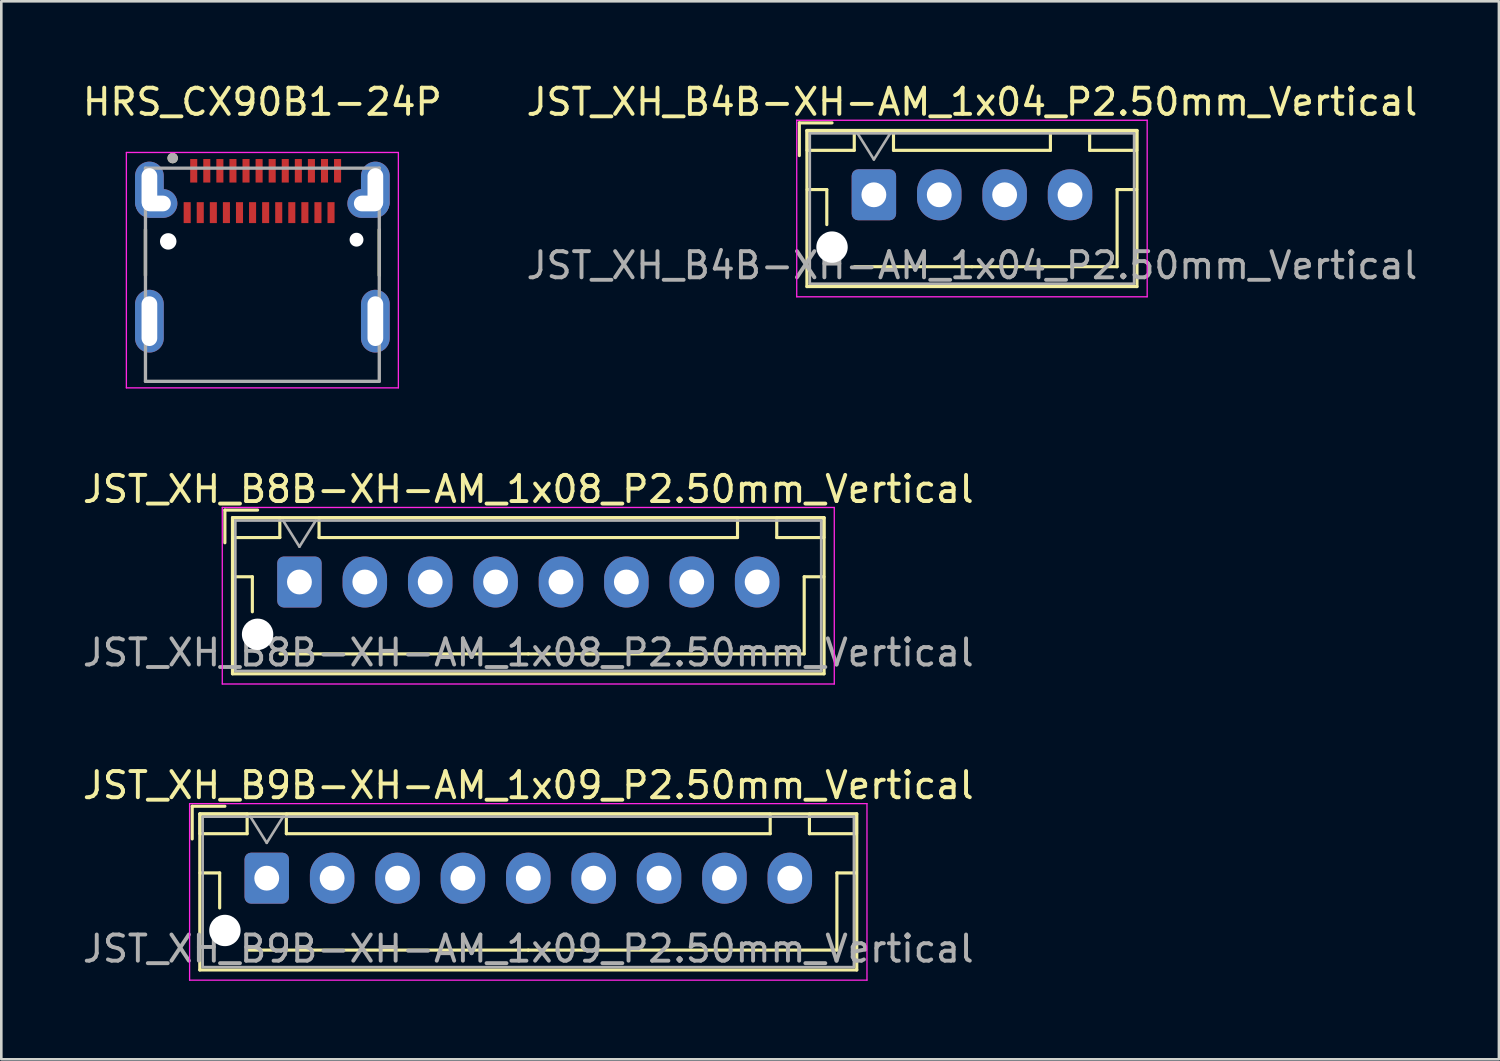
<source format=kicad_pcb>
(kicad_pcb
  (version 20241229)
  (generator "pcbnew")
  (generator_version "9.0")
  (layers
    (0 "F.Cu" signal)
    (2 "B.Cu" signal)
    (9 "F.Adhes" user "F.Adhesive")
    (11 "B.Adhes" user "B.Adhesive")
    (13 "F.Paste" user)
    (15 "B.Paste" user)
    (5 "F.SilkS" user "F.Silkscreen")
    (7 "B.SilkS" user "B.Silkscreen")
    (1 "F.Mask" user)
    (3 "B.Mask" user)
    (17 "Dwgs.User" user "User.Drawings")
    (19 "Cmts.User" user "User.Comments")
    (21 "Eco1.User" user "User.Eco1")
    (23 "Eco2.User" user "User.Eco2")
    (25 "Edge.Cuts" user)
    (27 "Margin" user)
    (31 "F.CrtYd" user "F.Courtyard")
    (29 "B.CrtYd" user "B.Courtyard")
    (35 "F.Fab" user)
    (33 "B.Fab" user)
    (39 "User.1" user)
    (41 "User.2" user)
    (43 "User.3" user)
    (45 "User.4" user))
  (footprint "HRS_CX90B1-24P"
    (layer "F.Cu")
    (at 6.982 9.23)
    (property "Reference" "HRS_CX90B1-24P" (at 0 -8.382 0) (layer "F.SilkS") (effects (font (size 1 1) (thickness 0.15))))
    (attr smd)
    (fp_line (start -4.47 -3.5) (end -4.47 -1.75) (stroke (width 0.127) (type solid)) (layer "F.SilkS"))
    (fp_line (start 4.47 -1.75) (end 4.47 -3.5) (stroke (width 0.127) (type solid)) (layer "F.SilkS"))
    (fp_circle (center -3.43 -6.235) (end -3.33 -6.235) (stroke (width 0.2) (type solid)) (fill no) (layer "F.SilkS"))
    (fp_line (start -5.2 -6.45) (end 5.2 -6.45) (stroke (width 0.05) (type solid)) (layer "F.CrtYd"))
    (fp_line (start -5.2 2.55) (end -5.2 -6.45) (stroke (width 0.05) (type solid)) (layer "F.CrtYd"))
    (fp_line (start 5.2 -6.45) (end 5.2 2.55) (stroke (width 0.05) (type solid)) (layer "F.CrtYd"))
    (fp_line (start 5.2 2.55) (end -5.2 2.55) (stroke (width 0.05) (type solid)) (layer "F.CrtYd"))
    (fp_line (start -4.47 -5.85) (end 4.47 -5.85) (stroke (width 0.127) (type solid)) (layer "F.Fab"))
    (fp_line (start -4.47 2.3) (end -4.47 -5.85) (stroke (width 0.127) (type solid)) (layer "F.Fab"))
    (fp_line (start 4.47 -5.85) (end 4.47 2.3) (stroke (width 0.127) (type solid)) (layer "F.Fab"))
    (fp_line (start 4.47 2.3) (end -4.47 2.3) (stroke (width 0.127) (type solid)) (layer "F.Fab"))
    (fp_circle (center -3.43 -6.235) (end -3.33 -6.235) (stroke (width 0.2) (type solid)) (fill no) (layer "F.Fab"))
    (pad "" np_thru_hole circle (at -3.6 -3.05) (size 0.63 0.63) (drill 0.63) (layers "*.Cu" "*.Mask"))
    (pad "" np_thru_hole circle (at 3.6 -3.115) (size 0.53 0.53) (drill 0.53) (layers "*.Cu" "*.Mask"))
    (pad "A1" smd rect (at -2.625 -5.75 90) (size 0.9 0.27) (layers "F.Cu" "F.Mask" "F.Paste"))
    (pad "A2" smd rect (at -2.125 -5.75 90) (size 0.9 0.27) (layers "F.Cu" "F.Mask" "F.Paste"))
    (pad "A3" smd rect (at -1.625 -5.75 90) (size 0.9 0.27) (layers "F.Cu" "F.Mask" "F.Paste"))
    (pad "A4" smd rect (at -1.125 -5.75 90) (size 0.9 0.27) (layers "F.Cu" "F.Mask" "F.Paste"))
    (pad "A5" smd rect (at -0.625 -5.75 90) (size 0.9 0.27) (layers "F.Cu" "F.Mask" "F.Paste"))
    (pad "A6" smd rect (at -0.125 -5.75 90) (size 0.9 0.27) (layers "F.Cu" "F.Mask" "F.Paste"))
    (pad "A7" smd rect (at 0.375 -5.75 90) (size 0.9 0.27) (layers "F.Cu" "F.Mask" "F.Paste"))
    (pad "A8" smd rect (at 0.875 -5.75 90) (size 0.9 0.27) (layers "F.Cu" "F.Mask" "F.Paste"))
    (pad "A9" smd rect (at 1.375 -5.75 90) (size 0.9 0.27) (layers "F.Cu" "F.Mask" "F.Paste"))
    (pad "A10" smd rect (at 1.875 -5.75 90) (size 0.9 0.27) (layers "F.Cu" "F.Mask" "F.Paste"))
    (pad "A11" smd rect (at 2.375 -5.75 90) (size 0.9 0.27) (layers "F.Cu" "F.Mask" "F.Paste"))
    (pad "A12" smd rect (at 2.875 -5.75 90) (size 0.9 0.27) (layers "F.Cu" "F.Mask" "F.Paste"))
    (pad "B1" smd rect (at 2.625 -4.15 90) (size 0.8 0.27) (layers "F.Cu" "F.Mask" "F.Paste"))
    (pad "B2" smd rect (at 2.125 -4.15 90) (size 0.8 0.27) (layers "F.Cu" "F.Mask" "F.Paste"))
    (pad "B3" smd rect (at 1.625 -4.15 90) (size 0.8 0.27) (layers "F.Cu" "F.Mask" "F.Paste"))
    (pad "B4" smd rect (at 1.125 -4.15 90) (size 0.8 0.27) (layers "F.Cu" "F.Mask" "F.Paste"))
    (pad "B5" smd rect (at 0.625 -4.15 90) (size 0.8 0.27) (layers "F.Cu" "F.Mask" "F.Paste"))
    (pad "B6" smd rect (at 0.125 -4.15 90) (size 0.8 0.27) (layers "F.Cu" "F.Mask" "F.Paste"))
    (pad "B7" smd rect (at -0.375 -4.15 90) (size 0.8 0.27) (layers "F.Cu" "F.Mask" "F.Paste"))
    (pad "B8" smd rect (at -0.875 -4.15 90) (size 0.8 0.27) (layers "F.Cu" "F.Mask" "F.Paste"))
    (pad "B9" smd rect (at -1.375 -4.15 90) (size 0.8 0.27) (layers "F.Cu" "F.Mask" "F.Paste"))
    (pad "B10" smd rect (at -1.875 -4.15 90) (size 0.8 0.27) (layers "F.Cu" "F.Mask" "F.Paste"))
    (pad "B11" smd rect (at -2.375 -4.15 90) (size 0.8 0.27) (layers "F.Cu" "F.Mask" "F.Paste"))
    (pad "B12" smd rect (at -2.875 -4.15 90) (size 0.8 0.27) (layers "F.Cu" "F.Mask" "F.Paste"))
    (pad "S1" thru_hole oval (at -4.32 -5.05) (size 1.1 2.1) (drill oval 0.6 1.6) (layers "*.Cu" "*.Mask"))
    (pad "S1" thru_hole oval (at -4.32 0) (size 1.1 2.4) (drill oval 0.6 1.9) (layers "*.Cu" "*.Mask"))
    (pad "S1" thru_hole oval (at -4.05 -4.5 90) (size 1.1 1.6) (drill oval 0.6 1.1) (layers "*.Cu" "*.Mask"))
    (pad "S1" thru_hole oval (at 4.05 -4.5 90) (size 1.1 1.6) (drill oval 0.6 1.1) (layers "*.Cu" "*.Mask"))
    (pad "S1" thru_hole oval (at 4.32 -5.05) (size 1.1 2.1) (drill oval 0.6 1.6) (layers "*.Cu" "*.Mask"))
    (pad "S1" thru_hole oval (at 4.32 0) (size 1.1 2.4) (drill oval 0.6 1.9) (layers "*.Cu" "*.Mask")))
  (footprint "JST_XH_B8B-XH-AM_1x08_P2.50mm_Vertical"
    (layer "F.Cu")
    (at 8.399 19.203)
    (property "Reference" "JST_XH_B8B-XH-AM_1x08_P2.50mm_Vertical" (at 8.75 -3.55 0) (layer "F.SilkS") (effects (font (size 1 1) (thickness 0.15))))
    (attr through_hole)
    (fp_line (start -2.85 -2.75) (end -2.85 -1.5) (stroke (width 0.12) (type solid)) (layer "F.SilkS"))
    (fp_line (start -2.56 -2.46) (end -2.56 3.51) (stroke (width 0.12) (type solid)) (layer "F.SilkS"))
    (fp_line (start -2.56 3.51) (end 20.06 3.51) (stroke (width 0.12) (type solid)) (layer "F.SilkS"))
    (fp_line (start -2.55 -2.45) (end -2.55 -1.7) (stroke (width 0.12) (type solid)) (layer "F.SilkS"))
    (fp_line (start -2.55 -1.7) (end -0.75 -1.7) (stroke (width 0.12) (type solid)) (layer "F.SilkS"))
    (fp_line (start -2.55 -0.2) (end -1.8 -0.2) (stroke (width 0.12) (type solid)) (layer "F.SilkS"))
    (fp_line (start -1.8 -0.2) (end -1.8 1.14) (stroke (width 0.12) (type solid)) (layer "F.SilkS"))
    (fp_line (start -1.6 -2.75) (end -2.85 -2.75) (stroke (width 0.12) (type solid)) (layer "F.SilkS"))
    (fp_line (start -0.75 -2.45) (end -2.55 -2.45) (stroke (width 0.12) (type solid)) (layer "F.SilkS"))
    (fp_line (start -0.75 -1.7) (end -0.75 -2.45) (stroke (width 0.12) (type solid)) (layer "F.SilkS"))
    (fp_line (start 0.75 -2.45) (end 0.75 -1.7) (stroke (width 0.12) (type solid)) (layer "F.SilkS"))
    (fp_line (start 0.75 -1.7) (end 16.75 -1.7) (stroke (width 0.12) (type solid)) (layer "F.SilkS"))
    (fp_line (start 8.75 2.75) (end -0.74 2.75) (stroke (width 0.12) (type solid)) (layer "F.SilkS"))
    (fp_line (start 16.75 -2.45) (end 0.75 -2.45) (stroke (width 0.12) (type solid)) (layer "F.SilkS"))
    (fp_line (start 16.75 -1.7) (end 16.75 -2.45) (stroke (width 0.12) (type solid)) (layer "F.SilkS"))
    (fp_line (start 18.25 -2.45) (end 18.25 -1.7) (stroke (width 0.12) (type solid)) (layer "F.SilkS"))
    (fp_line (start 18.25 -1.7) (end 20.05 -1.7) (stroke (width 0.12) (type solid)) (layer "F.SilkS"))
    (fp_line (start 19.3 -0.2) (end 19.3 2.75) (stroke (width 0.12) (type solid)) (layer "F.SilkS"))
    (fp_line (start 19.3 2.75) (end 8.75 2.75) (stroke (width 0.12) (type solid)) (layer "F.SilkS"))
    (fp_line (start 20.05 -2.45) (end 18.25 -2.45) (stroke (width 0.12) (type solid)) (layer "F.SilkS"))
    (fp_line (start 20.05 -1.7) (end 20.05 -2.45) (stroke (width 0.12) (type solid)) (layer "F.SilkS"))
    (fp_line (start 20.05 -0.2) (end 19.3 -0.2) (stroke (width 0.12) (type solid)) (layer "F.SilkS"))
    (fp_line (start 20.06 -2.46) (end -2.56 -2.46) (stroke (width 0.12) (type solid)) (layer "F.SilkS"))
    (fp_line (start 20.06 3.51) (end 20.06 -2.46) (stroke (width 0.12) (type solid)) (layer "F.SilkS"))
    (fp_line (start -2.95 -2.85) (end -2.95 3.9) (stroke (width 0.05) (type solid)) (layer "F.CrtYd"))
    (fp_line (start -2.95 3.9) (end 20.45 3.9) (stroke (width 0.05) (type solid)) (layer "F.CrtYd"))
    (fp_line (start 20.45 -2.85) (end -2.95 -2.85) (stroke (width 0.05) (type solid)) (layer "F.CrtYd"))
    (fp_line (start 20.45 3.9) (end 20.45 -2.85) (stroke (width 0.05) (type solid)) (layer "F.CrtYd"))
    (fp_line (start -2.45 -2.35) (end -2.45 3.4) (stroke (width 0.1) (type solid)) (layer "F.Fab"))
    (fp_line (start -2.45 3.4) (end 19.95 3.4) (stroke (width 0.1) (type solid)) (layer "F.Fab"))
    (fp_line (start -0.625 -2.35) (end 0 -1.35) (stroke (width 0.1) (type solid)) (layer "F.Fab"))
    (fp_line (start 0 -1.35) (end 0.625 -2.35) (stroke (width 0.1) (type solid)) (layer "F.Fab"))
    (fp_line (start 19.95 -2.35) (end -2.45 -2.35) (stroke (width 0.1) (type solid)) (layer "F.Fab"))
    (fp_line (start 19.95 3.4) (end 19.95 -2.35) (stroke (width 0.1) (type solid)) (layer "F.Fab"))
    (fp_text user "${REFERENCE}" (at 8.75 2.7 0) (layer "F.Fab") (effects (font (size 1 1) (thickness 0.15))))
    (pad "" np_thru_hole circle (at -1.6 2) (size 1.2 1.2) (drill 1.2) (layers "*.Cu" "*.Mask"))
    (pad "1" thru_hole roundrect (at 0 0) (size 1.7 1.95) (drill 0.95) (layers "*.Cu" "*.Mask") (roundrect_rratio 0.147))
    (pad "2" thru_hole oval (at 2.5 0) (size 1.7 1.95) (drill 0.95) (layers "*.Cu" "*.Mask"))
    (pad "3" thru_hole oval (at 5 0) (size 1.7 1.95) (drill 0.95) (layers "*.Cu" "*.Mask"))
    (pad "4" thru_hole oval (at 7.5 0) (size 1.7 1.95) (drill 0.95) (layers "*.Cu" "*.Mask"))
    (pad "5" thru_hole oval (at 10 0) (size 1.7 1.95) (drill 0.95) (layers "*.Cu" "*.Mask"))
    (pad "6" thru_hole oval (at 12.5 0) (size 1.7 1.95) (drill 0.95) (layers "*.Cu" "*.Mask"))
    (pad "7" thru_hole oval (at 15 0) (size 1.7 1.95) (drill 0.95) (layers "*.Cu" "*.Mask"))
    (pad "8" thru_hole oval (at 17.5 0) (size 1.7 1.95) (drill 0.95) (layers "*.Cu" "*.Mask")))
  (footprint "JST_XH_B4B-XH-AM_1x04_P2.50mm_Vertical"
    (layer "F.Cu")
    (at 30.363 4.398)
    (property "Reference" "JST_XH_B4B-XH-AM_1x04_P2.50mm_Vertical" (at 3.75 -3.55 0) (layer "F.SilkS") (effects (font (size 1 1) (thickness 0.15))))
    (attr through_hole)
    (fp_line (start -2.85 -2.75) (end -2.85 -1.5) (stroke (width 0.12) (type solid)) (layer "F.SilkS"))
    (fp_line (start -2.56 -2.46) (end -2.56 3.51) (stroke (width 0.12) (type solid)) (layer "F.SilkS"))
    (fp_line (start -2.56 3.51) (end 10.06 3.51) (stroke (width 0.12) (type solid)) (layer "F.SilkS"))
    (fp_line (start -2.55 -2.45) (end -2.55 -1.7) (stroke (width 0.12) (type solid)) (layer "F.SilkS"))
    (fp_line (start -2.55 -1.7) (end -0.75 -1.7) (stroke (width 0.12) (type solid)) (layer "F.SilkS"))
    (fp_line (start -2.55 -0.2) (end -1.8 -0.2) (stroke (width 0.12) (type solid)) (layer "F.SilkS"))
    (fp_line (start -1.8 -0.2) (end -1.8 1.14) (stroke (width 0.12) (type solid)) (layer "F.SilkS"))
    (fp_line (start -1.6 -2.75) (end -2.85 -2.75) (stroke (width 0.12) (type solid)) (layer "F.SilkS"))
    (fp_line (start -0.75 -2.45) (end -2.55 -2.45) (stroke (width 0.12) (type solid)) (layer "F.SilkS"))
    (fp_line (start -0.75 -1.7) (end -0.75 -2.45) (stroke (width 0.12) (type solid)) (layer "F.SilkS"))
    (fp_line (start 0.75 -2.45) (end 0.75 -1.7) (stroke (width 0.12) (type solid)) (layer "F.SilkS"))
    (fp_line (start 0.75 -1.7) (end 6.75 -1.7) (stroke (width 0.12) (type solid)) (layer "F.SilkS"))
    (fp_line (start 3.75 2.75) (end -0.74 2.75) (stroke (width 0.12) (type solid)) (layer "F.SilkS"))
    (fp_line (start 6.75 -2.45) (end 0.75 -2.45) (stroke (width 0.12) (type solid)) (layer "F.SilkS"))
    (fp_line (start 6.75 -1.7) (end 6.75 -2.45) (stroke (width 0.12) (type solid)) (layer "F.SilkS"))
    (fp_line (start 8.25 -2.45) (end 8.25 -1.7) (stroke (width 0.12) (type solid)) (layer "F.SilkS"))
    (fp_line (start 8.25 -1.7) (end 10.05 -1.7) (stroke (width 0.12) (type solid)) (layer "F.SilkS"))
    (fp_line (start 9.3 -0.2) (end 9.3 2.75) (stroke (width 0.12) (type solid)) (layer "F.SilkS"))
    (fp_line (start 9.3 2.75) (end 3.75 2.75) (stroke (width 0.12) (type solid)) (layer "F.SilkS"))
    (fp_line (start 10.05 -2.45) (end 8.25 -2.45) (stroke (width 0.12) (type solid)) (layer "F.SilkS"))
    (fp_line (start 10.05 -1.7) (end 10.05 -2.45) (stroke (width 0.12) (type solid)) (layer "F.SilkS"))
    (fp_line (start 10.05 -0.2) (end 9.3 -0.2) (stroke (width 0.12) (type solid)) (layer "F.SilkS"))
    (fp_line (start 10.06 -2.46) (end -2.56 -2.46) (stroke (width 0.12) (type solid)) (layer "F.SilkS"))
    (fp_line (start 10.06 3.51) (end 10.06 -2.46) (stroke (width 0.12) (type solid)) (layer "F.SilkS"))
    (fp_line (start -2.95 -2.85) (end -2.95 3.9) (stroke (width 0.05) (type solid)) (layer "F.CrtYd"))
    (fp_line (start -2.95 3.9) (end 10.45 3.9) (stroke (width 0.05) (type solid)) (layer "F.CrtYd"))
    (fp_line (start 10.45 -2.85) (end -2.95 -2.85) (stroke (width 0.05) (type solid)) (layer "F.CrtYd"))
    (fp_line (start 10.45 3.9) (end 10.45 -2.85) (stroke (width 0.05) (type solid)) (layer "F.CrtYd"))
    (fp_line (start -2.45 -2.35) (end -2.45 3.4) (stroke (width 0.1) (type solid)) (layer "F.Fab"))
    (fp_line (start -2.45 3.4) (end 9.95 3.4) (stroke (width 0.1) (type solid)) (layer "F.Fab"))
    (fp_line (start -0.625 -2.35) (end 0 -1.35) (stroke (width 0.1) (type solid)) (layer "F.Fab"))
    (fp_line (start 0 -1.35) (end 0.625 -2.35) (stroke (width 0.1) (type solid)) (layer "F.Fab"))
    (fp_line (start 9.95 -2.35) (end -2.45 -2.35) (stroke (width 0.1) (type solid)) (layer "F.Fab"))
    (fp_line (start 9.95 3.4) (end 9.95 -2.35) (stroke (width 0.1) (type solid)) (layer "F.Fab"))
    (fp_text user "${REFERENCE}" (at 3.75 2.7 0) (layer "F.Fab") (effects (font (size 1 1) (thickness 0.15))))
    (pad "" np_thru_hole circle (at -1.6 2) (size 1.2 1.2) (drill 1.2) (layers "*.Cu" "*.Mask"))
    (pad "1" thru_hole roundrect (at 0 0) (size 1.7 1.95) (drill 0.95) (layers "*.Cu" "*.Mask") (roundrect_rratio 0.147))
    (pad "2" thru_hole oval (at 2.5 0) (size 1.7 1.95) (drill 0.95) (layers "*.Cu" "*.Mask"))
    (pad "3" thru_hole oval (at 5 0) (size 1.7 1.95) (drill 0.95) (layers "*.Cu" "*.Mask"))
    (pad "4" thru_hole oval (at 7.5 0) (size 1.7 1.95) (drill 0.95) (layers "*.Cu" "*.Mask")))
  (footprint "JST_XH_B9B-XH-AM_1x09_P2.50mm_Vertical"
    (layer "F.Cu")
    (at 7.149 30.527)
    (property "Reference" "JST_XH_B9B-XH-AM_1x09_P2.50mm_Vertical" (at 10 -3.55 0) (layer "F.SilkS") (effects (font (size 1 1) (thickness 0.15))))
    (attr through_hole)
    (fp_line (start -2.85 -2.75) (end -2.85 -1.5) (stroke (width 0.12) (type solid)) (layer "F.SilkS"))
    (fp_line (start -2.56 -2.46) (end -2.56 3.51) (stroke (width 0.12) (type solid)) (layer "F.SilkS"))
    (fp_line (start -2.56 3.51) (end 22.56 3.51) (stroke (width 0.12) (type solid)) (layer "F.SilkS"))
    (fp_line (start -2.55 -2.45) (end -2.55 -1.7) (stroke (width 0.12) (type solid)) (layer "F.SilkS"))
    (fp_line (start -2.55 -1.7) (end -0.75 -1.7) (stroke (width 0.12) (type solid)) (layer "F.SilkS"))
    (fp_line (start -2.55 -0.2) (end -1.8 -0.2) (stroke (width 0.12) (type solid)) (layer "F.SilkS"))
    (fp_line (start -1.8 -0.2) (end -1.8 1.14) (stroke (width 0.12) (type solid)) (layer "F.SilkS"))
    (fp_line (start -1.6 -2.75) (end -2.85 -2.75) (stroke (width 0.12) (type solid)) (layer "F.SilkS"))
    (fp_line (start -0.75 -2.45) (end -2.55 -2.45) (stroke (width 0.12) (type solid)) (layer "F.SilkS"))
    (fp_line (start -0.75 -1.7) (end -0.75 -2.45) (stroke (width 0.12) (type solid)) (layer "F.SilkS"))
    (fp_line (start 0.75 -2.45) (end 0.75 -1.7) (stroke (width 0.12) (type solid)) (layer "F.SilkS"))
    (fp_line (start 0.75 -1.7) (end 19.25 -1.7) (stroke (width 0.12) (type solid)) (layer "F.SilkS"))
    (fp_line (start 10 2.75) (end -0.74 2.75) (stroke (width 0.12) (type solid)) (layer "F.SilkS"))
    (fp_line (start 19.25 -2.45) (end 0.75 -2.45) (stroke (width 0.12) (type solid)) (layer "F.SilkS"))
    (fp_line (start 19.25 -1.7) (end 19.25 -2.45) (stroke (width 0.12) (type solid)) (layer "F.SilkS"))
    (fp_line (start 20.75 -2.45) (end 20.75 -1.7) (stroke (width 0.12) (type solid)) (layer "F.SilkS"))
    (fp_line (start 20.75 -1.7) (end 22.55 -1.7) (stroke (width 0.12) (type solid)) (layer "F.SilkS"))
    (fp_line (start 21.8 -0.2) (end 21.8 2.75) (stroke (width 0.12) (type solid)) (layer "F.SilkS"))
    (fp_line (start 21.8 2.75) (end 10 2.75) (stroke (width 0.12) (type solid)) (layer "F.SilkS"))
    (fp_line (start 22.55 -2.45) (end 20.75 -2.45) (stroke (width 0.12) (type solid)) (layer "F.SilkS"))
    (fp_line (start 22.55 -1.7) (end 22.55 -2.45) (stroke (width 0.12) (type solid)) (layer "F.SilkS"))
    (fp_line (start 22.55 -0.2) (end 21.8 -0.2) (stroke (width 0.12) (type solid)) (layer "F.SilkS"))
    (fp_line (start 22.56 -2.46) (end -2.56 -2.46) (stroke (width 0.12) (type solid)) (layer "F.SilkS"))
    (fp_line (start 22.56 3.51) (end 22.56 -2.46) (stroke (width 0.12) (type solid)) (layer "F.SilkS"))
    (fp_line (start -2.95 -2.85) (end -2.95 3.9) (stroke (width 0.05) (type solid)) (layer "F.CrtYd"))
    (fp_line (start -2.95 3.9) (end 22.95 3.9) (stroke (width 0.05) (type solid)) (layer "F.CrtYd"))
    (fp_line (start 22.95 -2.85) (end -2.95 -2.85) (stroke (width 0.05) (type solid)) (layer "F.CrtYd"))
    (fp_line (start 22.95 3.9) (end 22.95 -2.85) (stroke (width 0.05) (type solid)) (layer "F.CrtYd"))
    (fp_line (start -2.45 -2.35) (end -2.45 3.4) (stroke (width 0.1) (type solid)) (layer "F.Fab"))
    (fp_line (start -2.45 3.4) (end 22.45 3.4) (stroke (width 0.1) (type solid)) (layer "F.Fab"))
    (fp_line (start -0.625 -2.35) (end 0 -1.35) (stroke (width 0.1) (type solid)) (layer "F.Fab"))
    (fp_line (start 0 -1.35) (end 0.625 -2.35) (stroke (width 0.1) (type solid)) (layer "F.Fab"))
    (fp_line (start 22.45 -2.35) (end -2.45 -2.35) (stroke (width 0.1) (type solid)) (layer "F.Fab"))
    (fp_line (start 22.45 3.4) (end 22.45 -2.35) (stroke (width 0.1) (type solid)) (layer "F.Fab"))
    (fp_text user "${REFERENCE}" (at 10 2.7 0) (layer "F.Fab") (effects (font (size 1 1) (thickness 0.15))))
    (pad "" np_thru_hole circle (at -1.6 2) (size 1.2 1.2) (drill 1.2) (layers "*.Cu" "*.Mask"))
    (pad "1" thru_hole roundrect (at 0 0) (size 1.7 1.95) (drill 0.95) (layers "*.Cu" "*.Mask") (roundrect_rratio 0.147))
    (pad "2" thru_hole oval (at 2.5 0) (size 1.7 1.95) (drill 0.95) (layers "*.Cu" "*.Mask"))
    (pad "3" thru_hole oval (at 5 0) (size 1.7 1.95) (drill 0.95) (layers "*.Cu" "*.Mask"))
    (pad "4" thru_hole oval (at 7.5 0) (size 1.7 1.95) (drill 0.95) (layers "*.Cu" "*.Mask"))
    (pad "5" thru_hole oval (at 10 0) (size 1.7 1.95) (drill 0.95) (layers "*.Cu" "*.Mask"))
    (pad "6" thru_hole oval (at 12.5 0) (size 1.7 1.95) (drill 0.95) (layers "*.Cu" "*.Mask"))
    (pad "7" thru_hole oval (at 15 0) (size 1.7 1.95) (drill 0.95) (layers "*.Cu" "*.Mask"))
    (pad "8" thru_hole oval (at 17.5 0) (size 1.7 1.95) (drill 0.95) (layers "*.Cu" "*.Mask"))
    (pad "9" thru_hole oval (at 20 0) (size 1.7 1.95) (drill 0.95) (layers "*.Cu" "*.Mask")))
  (gr_rect
    (start -3 -3)
    (end 54.262 37.452)
    (stroke (width 0.1) (type default))
    (fill no)
    (layer "Edge.Cuts")))
</source>
